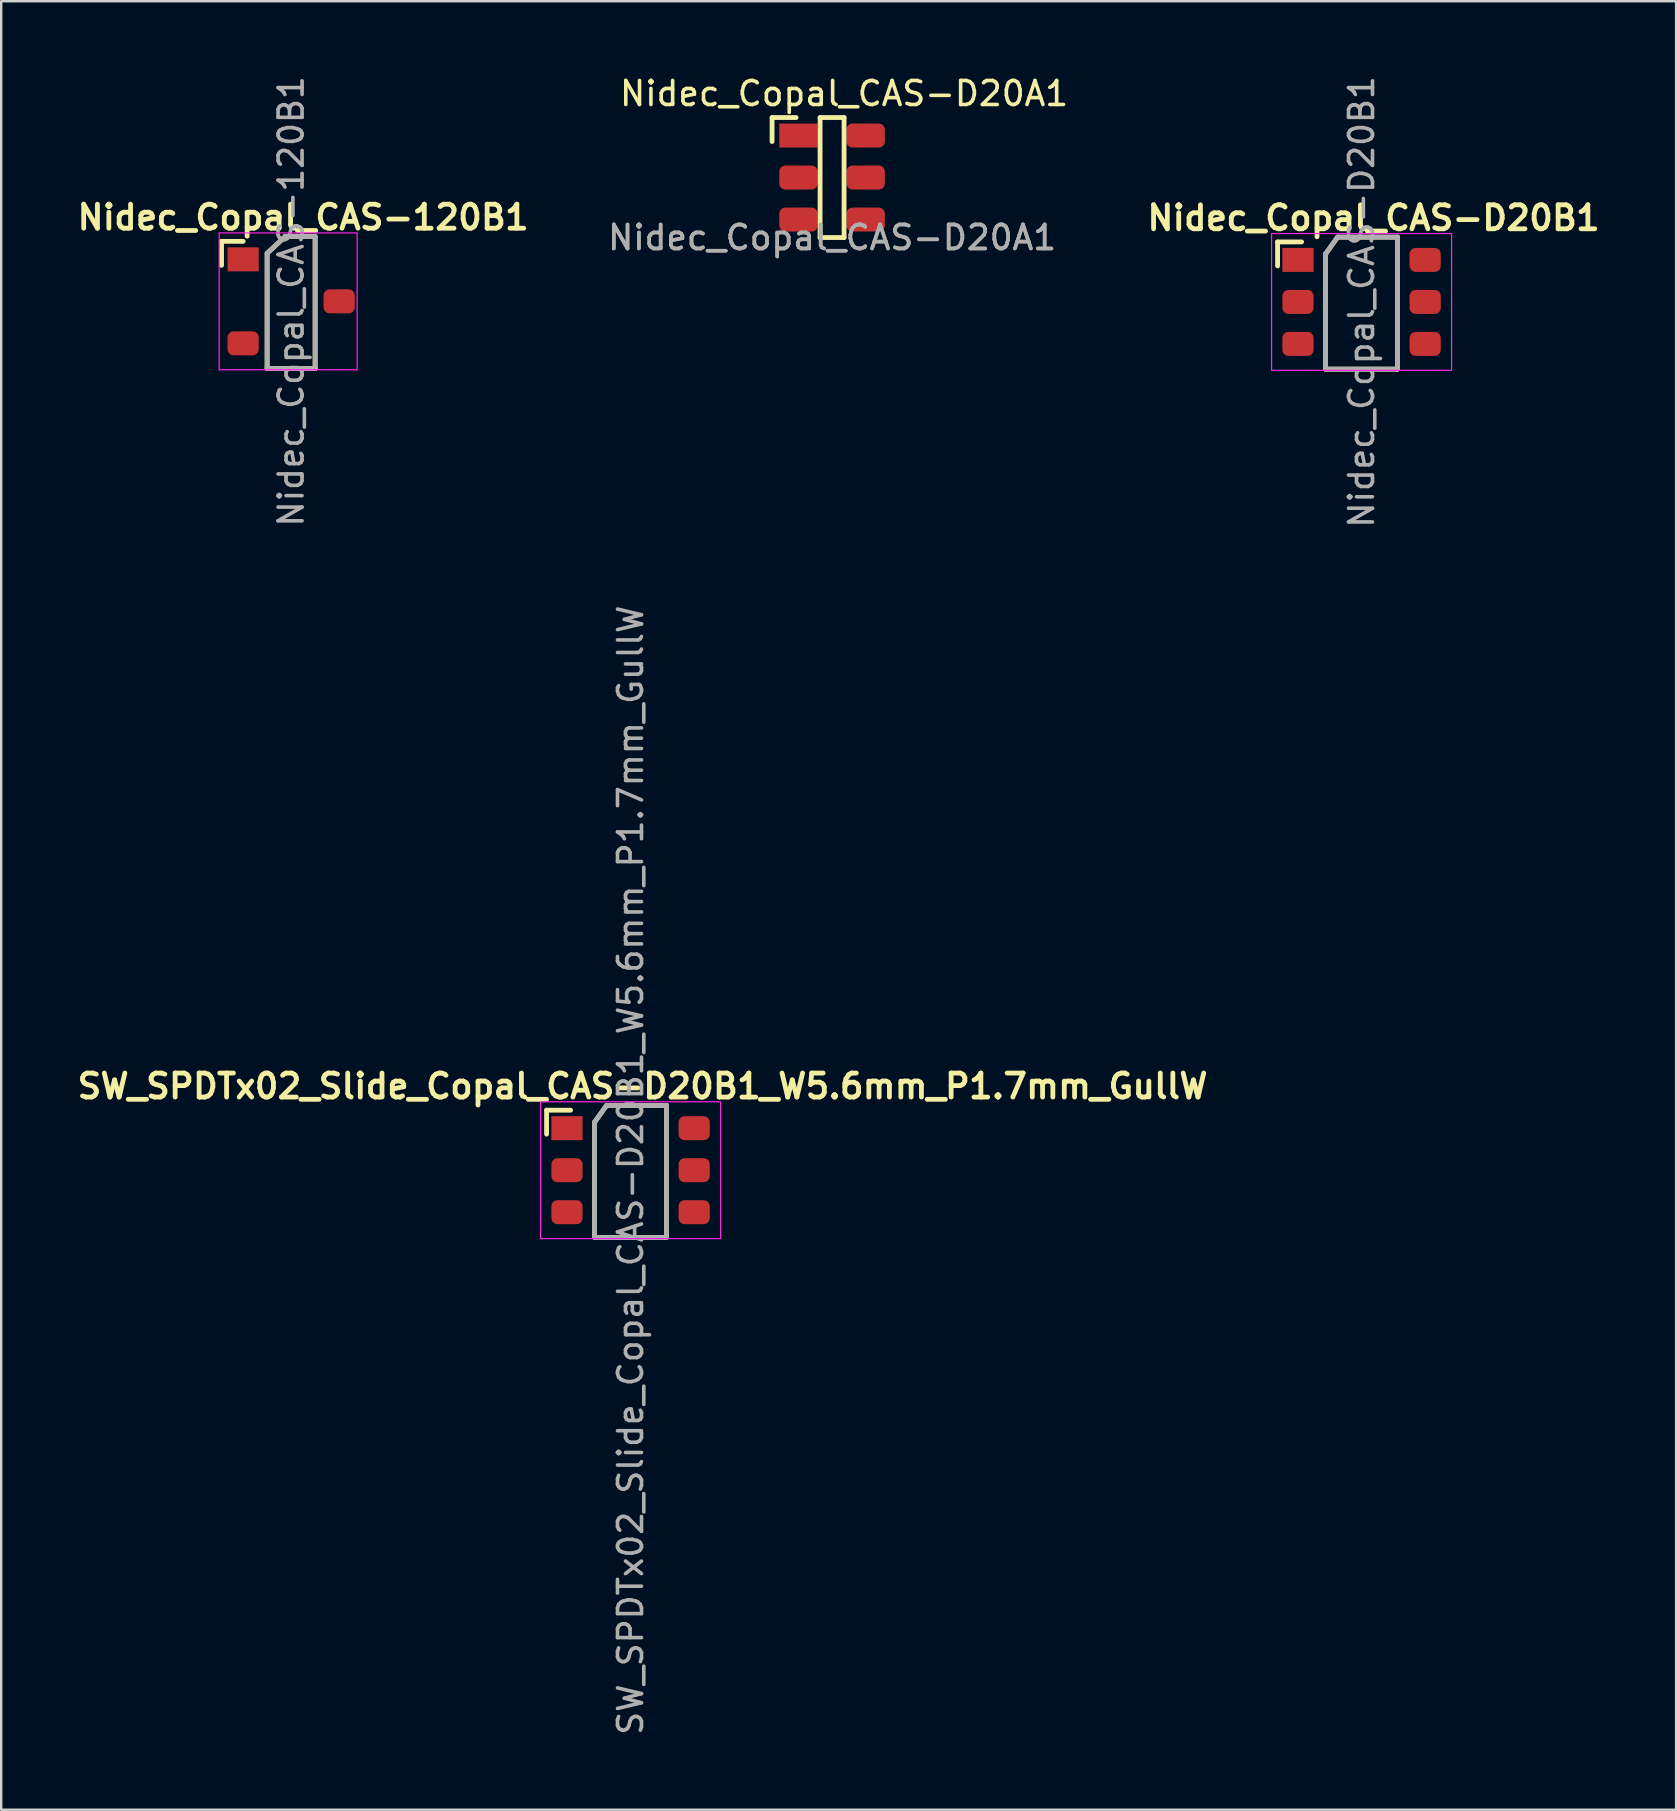
<source format=kicad_pcb>
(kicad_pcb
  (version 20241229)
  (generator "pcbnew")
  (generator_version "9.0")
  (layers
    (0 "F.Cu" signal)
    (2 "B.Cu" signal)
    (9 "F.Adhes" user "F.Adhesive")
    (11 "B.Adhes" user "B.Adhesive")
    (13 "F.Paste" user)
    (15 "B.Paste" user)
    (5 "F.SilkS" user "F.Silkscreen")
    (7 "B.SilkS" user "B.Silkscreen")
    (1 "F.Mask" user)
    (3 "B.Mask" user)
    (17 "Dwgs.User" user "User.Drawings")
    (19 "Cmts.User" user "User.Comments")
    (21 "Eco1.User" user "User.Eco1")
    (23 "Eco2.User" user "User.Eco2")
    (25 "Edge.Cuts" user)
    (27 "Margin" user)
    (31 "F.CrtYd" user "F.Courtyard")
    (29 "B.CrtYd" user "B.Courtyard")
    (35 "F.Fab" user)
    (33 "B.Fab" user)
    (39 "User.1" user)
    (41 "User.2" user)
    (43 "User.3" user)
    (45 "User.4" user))
  (footprint "Nidec_Copal_CAS-D20A1"
    (layer "F.Cu")
    (at 31.62 4.348)
    (property "Reference" "Nidec_Copal_CAS-D20A1" (at 0.5 -3.5 0) (unlocked yes) (layer "F.SilkS") (effects (font (size 1 1) (thickness 0.15))))
    (attr smd)
    (fp_line (start -2.5 -2.5) (end -2.5 -1.5) (stroke (width 0.2) (type default)) (layer "F.SilkS"))
    (fp_line (start -2.5 -2.5) (end -1.5 -2.5) (stroke (width 0.2) (type default)) (layer "F.SilkS"))
    (fp_line (start -0.5 -2.5) (end 0.5 -2.5) (stroke (width 0.2) (type default)) (layer "F.SilkS"))
    (fp_line (start -0.5 2.5) (end -0.5 -2.5) (stroke (width 0.2) (type default)) (layer "F.SilkS"))
    (fp_line (start 0.5 -2.5) (end 0.5 2.5) (stroke (width 0.2) (type default)) (layer "F.SilkS"))
    (fp_line (start 0.5 2.5) (end -0.5 2.5) (stroke (width 0.2) (type default)) (layer "F.SilkS"))
    (fp_text user "${REFERENCE}" (at 0 2.5 0) (unlocked yes) (layer "F.Fab") (effects (font (size 1 1) (thickness 0.15))))
    (fp_text user "${REFERENCE}" (at 0 2.5 0) (unlocked yes) (layer "F.Fab") (effects (font (size 1 1) (thickness 0.15))))
    (pad "1" smd rect (at -1.4 -1.75 270) (size 1 1.6) (layers "F.Cu" "F.Mask" "F.Paste"))
    (pad "2" smd roundrect (at -1.4 0 270) (size 1 1.6) (layers "F.Cu" "F.Mask" "F.Paste") (roundrect_rratio 0.25))
    (pad "3" smd roundrect (at -1.4 1.75 270) (size 1 1.6) (layers "F.Cu" "F.Mask" "F.Paste") (roundrect_rratio 0.25))
    (pad "4" smd roundrect (at 1.4 -1.75 270) (size 1 1.6) (layers "F.Cu" "F.Mask" "F.Paste") (roundrect_rratio 0.25))
    (pad "5" smd roundrect (at 1.4 0 270) (size 1 1.6) (layers "F.Cu" "F.Mask" "F.Paste") (roundrect_rratio 0.25))
    (pad "6" smd roundrect (at 1.4 1.75 270) (size 1 1.6) (layers "F.Cu" "F.Mask" "F.Paste") (roundrect_rratio 0.25)))
  (footprint "SW_SPDTx02_Slide_Copal_CAS-D20B1_W5.6mm_P1.7mm_GullW"
    (layer "F.Cu")
    (at 23.224 45.708)
    (property "Reference" "SW_SPDTx02_Slide_Copal_CAS-D20B1_W5.6mm_P1.7mm_GullW" (at 0.5 -3.5 0) (unlocked yes) (layer "F.SilkS") (effects (font (size 1 1) (thickness 0.2))))
    (attr smd)
    (fp_line (start -3.5 -2.5) (end -3.5 -1.5) (stroke (width 0.2) (type default)) (layer "F.SilkS"))
    (fp_line (start -3.5 -2.5) (end -2.5 -2.5) (stroke (width 0.2) (type default)) (layer "F.SilkS"))
    (fp_line (start -1.5 2.8) (end -1.5 -2) (stroke (width 0.2) (type default)) (layer "F.SilkS"))
    (fp_line (start -1 -2.7) (end -1.5 -2) (stroke (width 0.2) (type default)) (layer "F.SilkS"))
    (fp_line (start -1 -2.7) (end 1.5 -2.7) (stroke (width 0.2) (type default)) (layer "F.SilkS"))
    (fp_line (start 1.5 -2.7) (end 1.5 2.8) (stroke (width 0.2) (type default)) (layer "F.SilkS"))
    (fp_line (start 1.5 2.8) (end -1.5 2.8) (stroke (width 0.2) (type default)) (layer "F.SilkS"))
    (fp_rect (start -3.75 -2.85) (end 3.75 2.85) (stroke (width 0.05) (type default)) (fill no) (layer "F.CrtYd"))
    (fp_line (start -1.5 2.8) (end -1.5 -2) (stroke (width 0.2) (type default)) (layer "F.Fab"))
    (fp_line (start -1 -2.7) (end -1.5 -2) (stroke (width 0.2) (type default)) (layer "F.Fab"))
    (fp_line (start -1 -2.7) (end 1.5 -2.7) (stroke (width 0.2) (type default)) (layer "F.Fab"))
    (fp_line (start 1.5 -2.7) (end 1.5 2.8) (stroke (width 0.2) (type default)) (layer "F.Fab"))
    (fp_line (start 1.5 2.8) (end -1.5 2.8) (stroke (width 0.2) (type default)) (layer "F.Fab"))
    (fp_text user "${REFERENCE}" (at 0 0 90) (unlocked yes) (layer "F.Fab") (effects (font (size 1 1) (thickness 0.15))))
    (pad "1" smd rect (at -2.65 -1.75 270) (size 1 1.3) (layers "F.Cu" "F.Mask" "F.Paste"))
    (pad "2" smd roundrect (at -2.65 0 270) (size 1 1.3) (layers "F.Cu" "F.Mask" "F.Paste") (roundrect_rratio 0.25))
    (pad "3" smd roundrect (at -2.65 1.75 270) (size 1 1.3) (layers "F.Cu" "F.Mask" "F.Paste") (roundrect_rratio 0.25))
    (pad "4" smd roundrect (at 2.65 -1.75 270) (size 1 1.3) (layers "F.Cu" "F.Mask" "F.Paste") (roundrect_rratio 0.25))
    (pad "5" smd roundrect (at 2.65 0 270) (size 1 1.3) (layers "F.Cu" "F.Mask" "F.Paste") (roundrect_rratio 0.25))
    (pad "6" smd roundrect (at 2.65 1.75 270) (size 1 1.3) (layers "F.Cu" "F.Mask" "F.Paste") (roundrect_rratio 0.25)))
  (footprint "Nidec_Copal_CAS-120B1"
    (layer "F.Cu")
    (at 9.081 9.506)
    (property "Reference" "Nidec_Copal_CAS-120B1" (at 0.5 -3.5 0) (unlocked yes) (layer "F.SilkS") (effects (font (size 1 1) (thickness 0.2))))
    (attr smd)
    (fp_line (start -2.9 -2.5) (end -2.9 -1.5) (stroke (width 0.2) (type default)) (layer "F.SilkS"))
    (fp_line (start -2.9 -2.5) (end -2 -2.5) (stroke (width 0.2) (type default)) (layer "F.SilkS"))
    (fp_line (start -1 2.8) (end -1 -2) (stroke (width 0.2) (type default)) (layer "F.SilkS"))
    (fp_line (start -0.25 -2.7) (end -1 -2) (stroke (width 0.2) (type default)) (layer "F.SilkS"))
    (fp_line (start -0.25 -2.7) (end 1 -2.7) (stroke (width 0.2) (type default)) (layer "F.SilkS"))
    (fp_line (start 1 -2.7) (end 1 2.8) (stroke (width 0.2) (type default)) (layer "F.SilkS"))
    (fp_line (start 1 2.8) (end -1 2.8) (stroke (width 0.2) (type default)) (layer "F.SilkS"))
    (fp_rect (start -3 -2.85) (end 2.75 2.85) (stroke (width 0.05) (type default)) (fill no) (layer "F.CrtYd"))
    (fp_line (start -1 2.8) (end -1 -2) (stroke (width 0.2) (type default)) (layer "F.Fab"))
    (fp_line (start -0.25 -2.7) (end -1 -2) (stroke (width 0.2) (type default)) (layer "F.Fab"))
    (fp_line (start -0.25 -2.7) (end 1 -2.7) (stroke (width 0.2) (type default)) (layer "F.Fab"))
    (fp_line (start 1 -2.7) (end 1 2.8) (stroke (width 0.2) (type default)) (layer "F.Fab"))
    (fp_line (start 1 2.8) (end -1 2.8) (stroke (width 0.2) (type default)) (layer "F.Fab"))
    (fp_text user "${REFERENCE}" (at 0 0 90) (unlocked yes) (layer "F.Fab") (effects (font (size 1 1) (thickness 0.15))))
    (pad "1" smd rect (at -2 -1.75 270) (size 1 1.3) (layers "F.Cu" "F.Mask" "F.Paste"))
    (pad "2" smd roundrect (at 2 0 270) (size 1 1.3) (layers "F.Cu" "F.Mask" "F.Paste") (roundrect_rratio 0.25))
    (pad "3" smd roundrect (at -2 1.75 270) (size 1 1.3) (layers "F.Cu" "F.Mask" "F.Paste") (roundrect_rratio 0.25)))
  (footprint "Nidec_Copal_CAS-D20B1"
    (layer "F.Cu")
    (at 53.683 9.53)
    (property "Reference" "Nidec_Copal_CAS-D20B1" (at 0.5 -3.5 0) (unlocked yes) (layer "F.SilkS") (effects (font (size 1 1) (thickness 0.2))))
    (attr smd)
    (fp_line (start -3.5 -2.5) (end -3.5 -1.5) (stroke (width 0.2) (type default)) (layer "F.SilkS"))
    (fp_line (start -3.5 -2.5) (end -2.5 -2.5) (stroke (width 0.2) (type default)) (layer "F.SilkS"))
    (fp_line (start -1.5 2.8) (end -1.5 -2) (stroke (width 0.2) (type default)) (layer "F.SilkS"))
    (fp_line (start -1 -2.7) (end -1.5 -2) (stroke (width 0.2) (type default)) (layer "F.SilkS"))
    (fp_line (start -1 -2.7) (end 1.5 -2.7) (stroke (width 0.2) (type default)) (layer "F.SilkS"))
    (fp_line (start 1.5 -2.7) (end 1.5 2.8) (stroke (width 0.2) (type default)) (layer "F.SilkS"))
    (fp_line (start 1.5 2.8) (end -1.5 2.8) (stroke (width 0.2) (type default)) (layer "F.SilkS"))
    (fp_rect (start -3.75 -2.85) (end 3.75 2.85) (stroke (width 0.05) (type default)) (fill no) (layer "F.CrtYd"))
    (fp_line (start -1.5 2.8) (end -1.5 -2) (stroke (width 0.2) (type default)) (layer "F.Fab"))
    (fp_line (start -1 -2.7) (end -1.5 -2) (stroke (width 0.2) (type default)) (layer "F.Fab"))
    (fp_line (start -1 -2.7) (end 1.5 -2.7) (stroke (width 0.2) (type default)) (layer "F.Fab"))
    (fp_line (start 1.5 -2.7) (end 1.5 2.8) (stroke (width 0.2) (type default)) (layer "F.Fab"))
    (fp_line (start 1.5 2.8) (end -1.5 2.8) (stroke (width 0.2) (type default)) (layer "F.Fab"))
    (fp_text user "${REFERENCE}" (at 0 0 90) (unlocked yes) (layer "F.Fab") (effects (font (size 1 1) (thickness 0.15))))
    (pad "1" smd rect (at -2.65 -1.75 270) (size 1 1.3) (layers "F.Cu" "F.Mask" "F.Paste"))
    (pad "2" smd roundrect (at -2.65 0 270) (size 1 1.3) (layers "F.Cu" "F.Mask" "F.Paste") (roundrect_rratio 0.25))
    (pad "3" smd roundrect (at -2.65 1.75 270) (size 1 1.3) (layers "F.Cu" "F.Mask" "F.Paste") (roundrect_rratio 0.25))
    (pad "4" smd roundrect (at 2.65 -1.75 270) (size 1 1.3) (layers "F.Cu" "F.Mask" "F.Paste") (roundrect_rratio 0.25))
    (pad "5" smd roundrect (at 2.65 0 270) (size 1 1.3) (layers "F.Cu" "F.Mask" "F.Paste") (roundrect_rratio 0.25))
    (pad "6" smd roundrect (at 2.65 1.75 270) (size 1 1.3) (layers "F.Cu" "F.Mask" "F.Paste") (roundrect_rratio 0.25)))
  (gr_rect
    (start -3 -3)
    (end 66.788 72.357)
    (stroke (width 0.1) (type default))
    (fill no)
    (layer "Edge.Cuts")))
</source>
